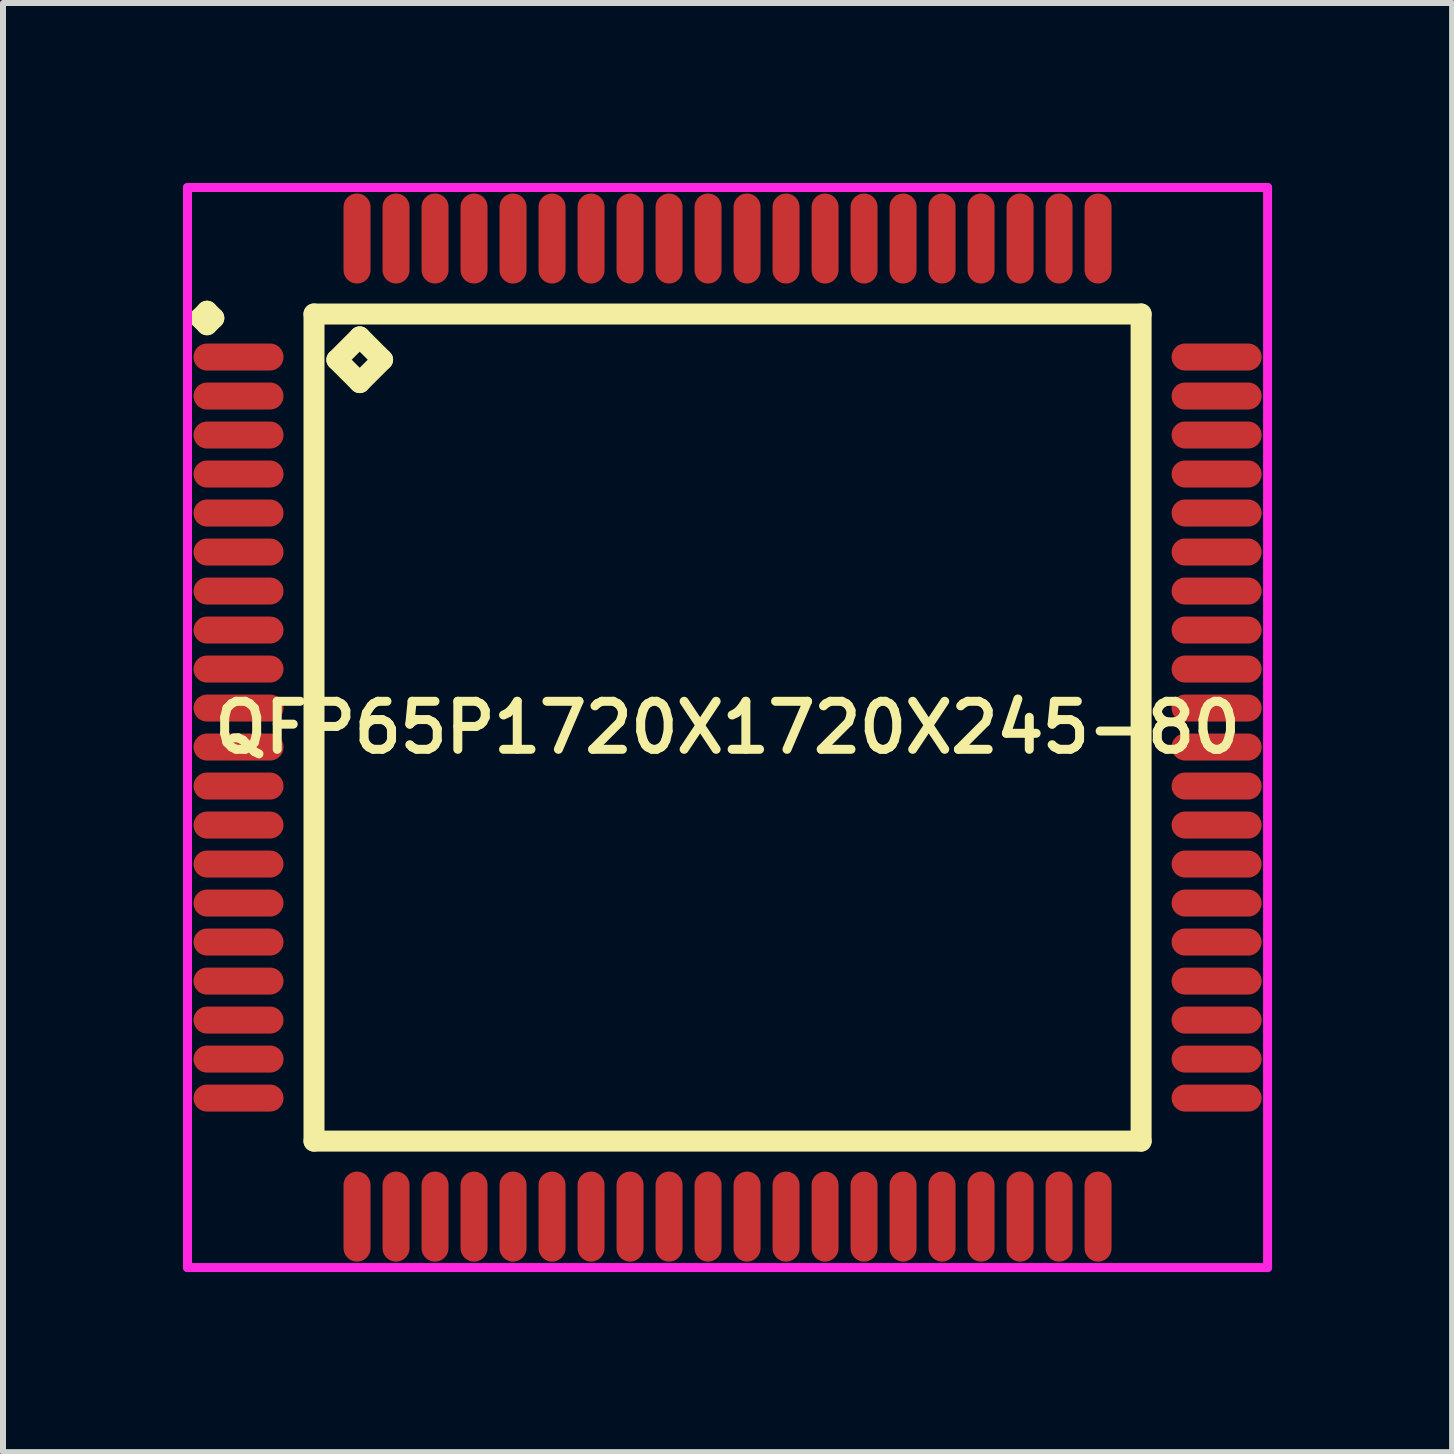
<source format=kicad_pcb>
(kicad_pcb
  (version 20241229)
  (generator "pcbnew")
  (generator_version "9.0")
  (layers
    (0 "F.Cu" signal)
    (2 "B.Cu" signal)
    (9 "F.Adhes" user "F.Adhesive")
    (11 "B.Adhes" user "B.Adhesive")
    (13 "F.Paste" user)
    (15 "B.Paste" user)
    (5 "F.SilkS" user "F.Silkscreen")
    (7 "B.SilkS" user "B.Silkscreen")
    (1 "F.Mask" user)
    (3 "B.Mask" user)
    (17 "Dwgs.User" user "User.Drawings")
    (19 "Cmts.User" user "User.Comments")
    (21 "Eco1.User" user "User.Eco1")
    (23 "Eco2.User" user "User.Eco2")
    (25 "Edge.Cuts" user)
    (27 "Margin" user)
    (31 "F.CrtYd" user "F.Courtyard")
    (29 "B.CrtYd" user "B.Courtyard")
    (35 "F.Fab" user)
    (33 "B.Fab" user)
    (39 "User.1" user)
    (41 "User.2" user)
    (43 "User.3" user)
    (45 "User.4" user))
  (footprint "QFP65P1720X1720X245-80"
    (layer "F.Cu")
    (at 9.075 9.075)
    (property "Reference" "QFP65P1720X1720X245-80" (at 0 0 0) (layer "F.SilkS") (effects (font (size 0.8 0.8) (thickness 0.15))))
    (attr smd)
    (fp_line (start -8.787 -6.825) (end -8.675 -6.938) (stroke (width 0.35) (type solid)) (layer "F.SilkS"))
    (fp_line (start -8.675 -6.938) (end -8.562 -6.825) (stroke (width 0.35) (type solid)) (layer "F.SilkS"))
    (fp_line (start -8.675 -6.713) (end -8.787 -6.825) (stroke (width 0.35) (type solid)) (layer "F.SilkS"))
    (fp_line (start -8.562 -6.825) (end -8.675 -6.713) (stroke (width 0.35) (type solid)) (layer "F.SilkS"))
    (fp_line (start -6.892 -6.892) (end -6.892 6.892) (stroke (width 0.35) (type solid)) (layer "F.SilkS"))
    (fp_line (start -6.892 6.892) (end 6.892 6.892) (stroke (width 0.35) (type solid)) (layer "F.SilkS"))
    (fp_line (start -6.511 -6.13) (end -6.13 -6.511) (stroke (width 0.35) (type solid)) (layer "F.SilkS"))
    (fp_line (start -6.13 -6.511) (end -5.749 -6.13) (stroke (width 0.35) (type solid)) (layer "F.SilkS"))
    (fp_line (start -6.13 -5.749) (end -6.511 -6.13) (stroke (width 0.35) (type solid)) (layer "F.SilkS"))
    (fp_line (start -5.749 -6.13) (end -6.13 -5.749) (stroke (width 0.35) (type solid)) (layer "F.SilkS"))
    (fp_line (start 6.892 -6.892) (end -6.892 -6.892) (stroke (width 0.35) (type solid)) (layer "F.SilkS"))
    (fp_line (start 6.892 6.892) (end 6.892 -6.892) (stroke (width 0.35) (type solid)) (layer "F.SilkS"))
    (fp_line (start -9 -9) (end 9 -9) (stroke (width 0.15) (type solid)) (layer "F.CrtYd"))
    (fp_line (start -9 9) (end -9 -9) (stroke (width 0.15) (type solid)) (layer "F.CrtYd"))
    (fp_line (start 9 -9) (end 9 9) (stroke (width 0.15) (type solid)) (layer "F.CrtYd"))
    (fp_line (start 9 9) (end -9 9) (stroke (width 0.15) (type solid)) (layer "F.CrtYd"))
    (pad "1" smd oval (at -8.15 -6.175) (size 1.5 0.45) (layers "F.Cu" "F.Mask" "F.Paste"))
    (pad "2" smd oval (at -8.15 -5.525) (size 1.5 0.45) (layers "F.Cu" "F.Mask" "F.Paste"))
    (pad "3" smd oval (at -8.15 -4.875) (size 1.5 0.45) (layers "F.Cu" "F.Mask" "F.Paste"))
    (pad "4" smd oval (at -8.15 -4.225) (size 1.5 0.45) (layers "F.Cu" "F.Mask" "F.Paste"))
    (pad "5" smd oval (at -8.15 -3.575) (size 1.5 0.45) (layers "F.Cu" "F.Mask" "F.Paste"))
    (pad "6" smd oval (at -8.15 -2.925) (size 1.5 0.45) (layers "F.Cu" "F.Mask" "F.Paste"))
    (pad "7" smd oval (at -8.15 -2.275) (size 1.5 0.45) (layers "F.Cu" "F.Mask" "F.Paste"))
    (pad "8" smd oval (at -8.15 -1.625) (size 1.5 0.45) (layers "F.Cu" "F.Mask" "F.Paste"))
    (pad "9" smd oval (at -8.15 -0.975) (size 1.5 0.45) (layers "F.Cu" "F.Mask" "F.Paste"))
    (pad "10" smd oval (at -8.15 -0.325) (size 1.5 0.45) (layers "F.Cu" "F.Mask" "F.Paste"))
    (pad "11" smd oval (at -8.15 0.325) (size 1.5 0.45) (layers "F.Cu" "F.Mask" "F.Paste"))
    (pad "12" smd oval (at -8.15 0.975) (size 1.5 0.45) (layers "F.Cu" "F.Mask" "F.Paste"))
    (pad "13" smd oval (at -8.15 1.625) (size 1.5 0.45) (layers "F.Cu" "F.Mask" "F.Paste"))
    (pad "14" smd oval (at -8.15 2.275) (size 1.5 0.45) (layers "F.Cu" "F.Mask" "F.Paste"))
    (pad "15" smd oval (at -8.15 2.925) (size 1.5 0.45) (layers "F.Cu" "F.Mask" "F.Paste"))
    (pad "16" smd oval (at -8.15 3.575) (size 1.5 0.45) (layers "F.Cu" "F.Mask" "F.Paste"))
    (pad "17" smd oval (at -8.15 4.225) (size 1.5 0.45) (layers "F.Cu" "F.Mask" "F.Paste"))
    (pad "18" smd oval (at -8.15 4.875) (size 1.5 0.45) (layers "F.Cu" "F.Mask" "F.Paste"))
    (pad "19" smd oval (at -8.15 5.525) (size 1.5 0.45) (layers "F.Cu" "F.Mask" "F.Paste"))
    (pad "20" smd oval (at -8.15 6.175) (size 1.5 0.45) (layers "F.Cu" "F.Mask" "F.Paste"))
    (pad "21" smd oval (at -6.175 8.15) (size 0.45 1.5) (layers "F.Cu" "F.Mask" "F.Paste"))
    (pad "22" smd oval (at -5.525 8.15) (size 0.45 1.5) (layers "F.Cu" "F.Mask" "F.Paste"))
    (pad "23" smd oval (at -4.875 8.15) (size 0.45 1.5) (layers "F.Cu" "F.Mask" "F.Paste"))
    (pad "24" smd oval (at -4.225 8.15) (size 0.45 1.5) (layers "F.Cu" "F.Mask" "F.Paste"))
    (pad "25" smd oval (at -3.575 8.15) (size 0.45 1.5) (layers "F.Cu" "F.Mask" "F.Paste"))
    (pad "26" smd oval (at -2.925 8.15) (size 0.45 1.5) (layers "F.Cu" "F.Mask" "F.Paste"))
    (pad "27" smd oval (at -2.275 8.15) (size 0.45 1.5) (layers "F.Cu" "F.Mask" "F.Paste"))
    (pad "28" smd oval (at -1.625 8.15) (size 0.45 1.5) (layers "F.Cu" "F.Mask" "F.Paste"))
    (pad "29" smd oval (at -0.975 8.15) (size 0.45 1.5) (layers "F.Cu" "F.Mask" "F.Paste"))
    (pad "30" smd oval (at -0.325 8.15) (size 0.45 1.5) (layers "F.Cu" "F.Mask" "F.Paste"))
    (pad "31" smd oval (at 0.325 8.15) (size 0.45 1.5) (layers "F.Cu" "F.Mask" "F.Paste"))
    (pad "32" smd oval (at 0.975 8.15) (size 0.45 1.5) (layers "F.Cu" "F.Mask" "F.Paste"))
    (pad "33" smd oval (at 1.625 8.15) (size 0.45 1.5) (layers "F.Cu" "F.Mask" "F.Paste"))
    (pad "34" smd oval (at 2.275 8.15) (size 0.45 1.5) (layers "F.Cu" "F.Mask" "F.Paste"))
    (pad "35" smd oval (at 2.925 8.15) (size 0.45 1.5) (layers "F.Cu" "F.Mask" "F.Paste"))
    (pad "36" smd oval (at 3.575 8.15) (size 0.45 1.5) (layers "F.Cu" "F.Mask" "F.Paste"))
    (pad "37" smd oval (at 4.225 8.15) (size 0.45 1.5) (layers "F.Cu" "F.Mask" "F.Paste"))
    (pad "38" smd oval (at 4.875 8.15) (size 0.45 1.5) (layers "F.Cu" "F.Mask" "F.Paste"))
    (pad "39" smd oval (at 5.525 8.15) (size 0.45 1.5) (layers "F.Cu" "F.Mask" "F.Paste"))
    (pad "40" smd oval (at 6.175 8.15) (size 0.45 1.5) (layers "F.Cu" "F.Mask" "F.Paste"))
    (pad "41" smd oval (at 8.15 6.175) (size 1.5 0.45) (layers "F.Cu" "F.Mask" "F.Paste"))
    (pad "42" smd oval (at 8.15 5.525) (size 1.5 0.45) (layers "F.Cu" "F.Mask" "F.Paste"))
    (pad "43" smd oval (at 8.15 4.875) (size 1.5 0.45) (layers "F.Cu" "F.Mask" "F.Paste"))
    (pad "44" smd oval (at 8.15 4.225) (size 1.5 0.45) (layers "F.Cu" "F.Mask" "F.Paste"))
    (pad "45" smd oval (at 8.15 3.575) (size 1.5 0.45) (layers "F.Cu" "F.Mask" "F.Paste"))
    (pad "46" smd oval (at 8.15 2.925) (size 1.5 0.45) (layers "F.Cu" "F.Mask" "F.Paste"))
    (pad "47" smd oval (at 8.15 2.275) (size 1.5 0.45) (layers "F.Cu" "F.Mask" "F.Paste"))
    (pad "48" smd oval (at 8.15 1.625) (size 1.5 0.45) (layers "F.Cu" "F.Mask" "F.Paste"))
    (pad "49" smd oval (at 8.15 0.975) (size 1.5 0.45) (layers "F.Cu" "F.Mask" "F.Paste"))
    (pad "50" smd oval (at 8.15 0.325) (size 1.5 0.45) (layers "F.Cu" "F.Mask" "F.Paste"))
    (pad "51" smd oval (at 8.15 -0.325) (size 1.5 0.45) (layers "F.Cu" "F.Mask" "F.Paste"))
    (pad "52" smd oval (at 8.15 -0.975) (size 1.5 0.45) (layers "F.Cu" "F.Mask" "F.Paste"))
    (pad "53" smd oval (at 8.15 -1.625) (size 1.5 0.45) (layers "F.Cu" "F.Mask" "F.Paste"))
    (pad "54" smd oval (at 8.15 -2.275) (size 1.5 0.45) (layers "F.Cu" "F.Mask" "F.Paste"))
    (pad "55" smd oval (at 8.15 -2.925) (size 1.5 0.45) (layers "F.Cu" "F.Mask" "F.Paste"))
    (pad "56" smd oval (at 8.15 -3.575) (size 1.5 0.45) (layers "F.Cu" "F.Mask" "F.Paste"))
    (pad "57" smd oval (at 8.15 -4.225) (size 1.5 0.45) (layers "F.Cu" "F.Mask" "F.Paste"))
    (pad "58" smd oval (at 8.15 -4.875) (size 1.5 0.45) (layers "F.Cu" "F.Mask" "F.Paste"))
    (pad "59" smd oval (at 8.15 -5.525) (size 1.5 0.45) (layers "F.Cu" "F.Mask" "F.Paste"))
    (pad "60" smd oval (at 8.15 -6.175) (size 1.5 0.45) (layers "F.Cu" "F.Mask" "F.Paste"))
    (pad "61" smd oval (at 6.175 -8.15) (size 0.45 1.5) (layers "F.Cu" "F.Mask" "F.Paste"))
    (pad "62" smd oval (at 5.525 -8.15) (size 0.45 1.5) (layers "F.Cu" "F.Mask" "F.Paste"))
    (pad "63" smd oval (at 4.875 -8.15) (size 0.45 1.5) (layers "F.Cu" "F.Mask" "F.Paste"))
    (pad "64" smd oval (at 4.225 -8.15) (size 0.45 1.5) (layers "F.Cu" "F.Mask" "F.Paste"))
    (pad "65" smd oval (at 3.575 -8.15) (size 0.45 1.5) (layers "F.Cu" "F.Mask" "F.Paste"))
    (pad "66" smd oval (at 2.925 -8.15) (size 0.45 1.5) (layers "F.Cu" "F.Mask" "F.Paste"))
    (pad "67" smd oval (at 2.275 -8.15) (size 0.45 1.5) (layers "F.Cu" "F.Mask" "F.Paste"))
    (pad "68" smd oval (at 1.625 -8.15) (size 0.45 1.5) (layers "F.Cu" "F.Mask" "F.Paste"))
    (pad "69" smd oval (at 0.975 -8.15) (size 0.45 1.5) (layers "F.Cu" "F.Mask" "F.Paste"))
    (pad "70" smd oval (at 0.325 -8.15) (size 0.45 1.5) (layers "F.Cu" "F.Mask" "F.Paste"))
    (pad "71" smd oval (at -0.325 -8.15) (size 0.45 1.5) (layers "F.Cu" "F.Mask" "F.Paste"))
    (pad "72" smd oval (at -0.975 -8.15) (size 0.45 1.5) (layers "F.Cu" "F.Mask" "F.Paste"))
    (pad "73" smd oval (at -1.625 -8.15) (size 0.45 1.5) (layers "F.Cu" "F.Mask" "F.Paste"))
    (pad "74" smd oval (at -2.275 -8.15) (size 0.45 1.5) (layers "F.Cu" "F.Mask" "F.Paste"))
    (pad "75" smd oval (at -2.925 -8.15) (size 0.45 1.5) (layers "F.Cu" "F.Mask" "F.Paste"))
    (pad "76" smd oval (at -3.575 -8.15) (size 0.45 1.5) (layers "F.Cu" "F.Mask" "F.Paste"))
    (pad "77" smd oval (at -4.225 -8.15) (size 0.45 1.5) (layers "F.Cu" "F.Mask" "F.Paste"))
    (pad "78" smd oval (at -4.875 -8.15) (size 0.45 1.5) (layers "F.Cu" "F.Mask" "F.Paste"))
    (pad "79" smd oval (at -5.525 -8.15) (size 0.45 1.5) (layers "F.Cu" "F.Mask" "F.Paste"))
    (pad "80" smd oval (at -6.175 -8.15) (size 0.45 1.5) (layers "F.Cu" "F.Mask" "F.Paste")))
  (gr_rect
    (start -3 -3)
    (end 21.15 21.15)
    (stroke (width 0.1) (type default))
    (fill no)
    (layer "Edge.Cuts")))
</source>
